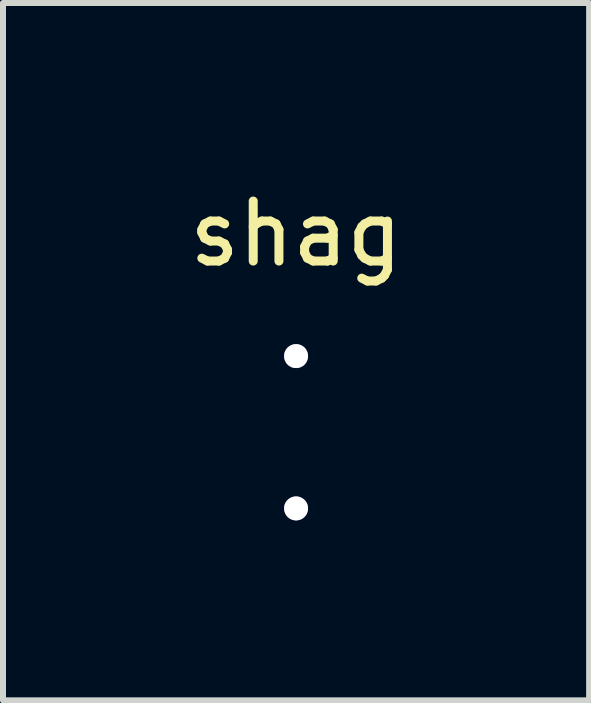
<source format=kicad_pcb>
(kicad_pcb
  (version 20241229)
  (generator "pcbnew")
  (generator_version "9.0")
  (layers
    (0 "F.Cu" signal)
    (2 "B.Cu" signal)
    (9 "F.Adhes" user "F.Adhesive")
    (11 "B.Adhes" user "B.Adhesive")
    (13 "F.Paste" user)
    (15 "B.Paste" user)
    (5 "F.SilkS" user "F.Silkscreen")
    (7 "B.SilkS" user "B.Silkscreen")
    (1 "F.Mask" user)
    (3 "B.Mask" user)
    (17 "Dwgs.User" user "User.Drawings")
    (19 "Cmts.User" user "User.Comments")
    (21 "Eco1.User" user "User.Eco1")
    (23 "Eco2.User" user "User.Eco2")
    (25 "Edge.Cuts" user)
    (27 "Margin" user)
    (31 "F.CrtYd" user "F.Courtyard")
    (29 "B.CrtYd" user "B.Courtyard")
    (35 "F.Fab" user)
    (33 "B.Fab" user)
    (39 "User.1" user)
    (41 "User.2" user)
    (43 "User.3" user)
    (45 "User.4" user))
  (footprint "shag"
    (layer "F.Cu")
    (at 1.887 0.348)
    (property "Reference" "shag" (at 0 0.5 0) (layer "F.SilkS") (effects (font (size 1 1) (thickness 0.15))))
    (attr through_hole)
    (pad "1" thru_hole circle (at 0 2.54) (size 0.4 0.4) (drill 0.4) (layers "*.Cu" "*.Mask"))
    (pad "2" thru_hole circle (at 0 5.08) (size 0.4 0.4) (drill 0.4) (layers "*.Cu" "*.Mask")))
  (gr_rect
    (start -3 -3)
    (end 6.774 8.628)
    (stroke (width 0.1) (type default))
    (fill no)
    (layer "Edge.Cuts")))
</source>
